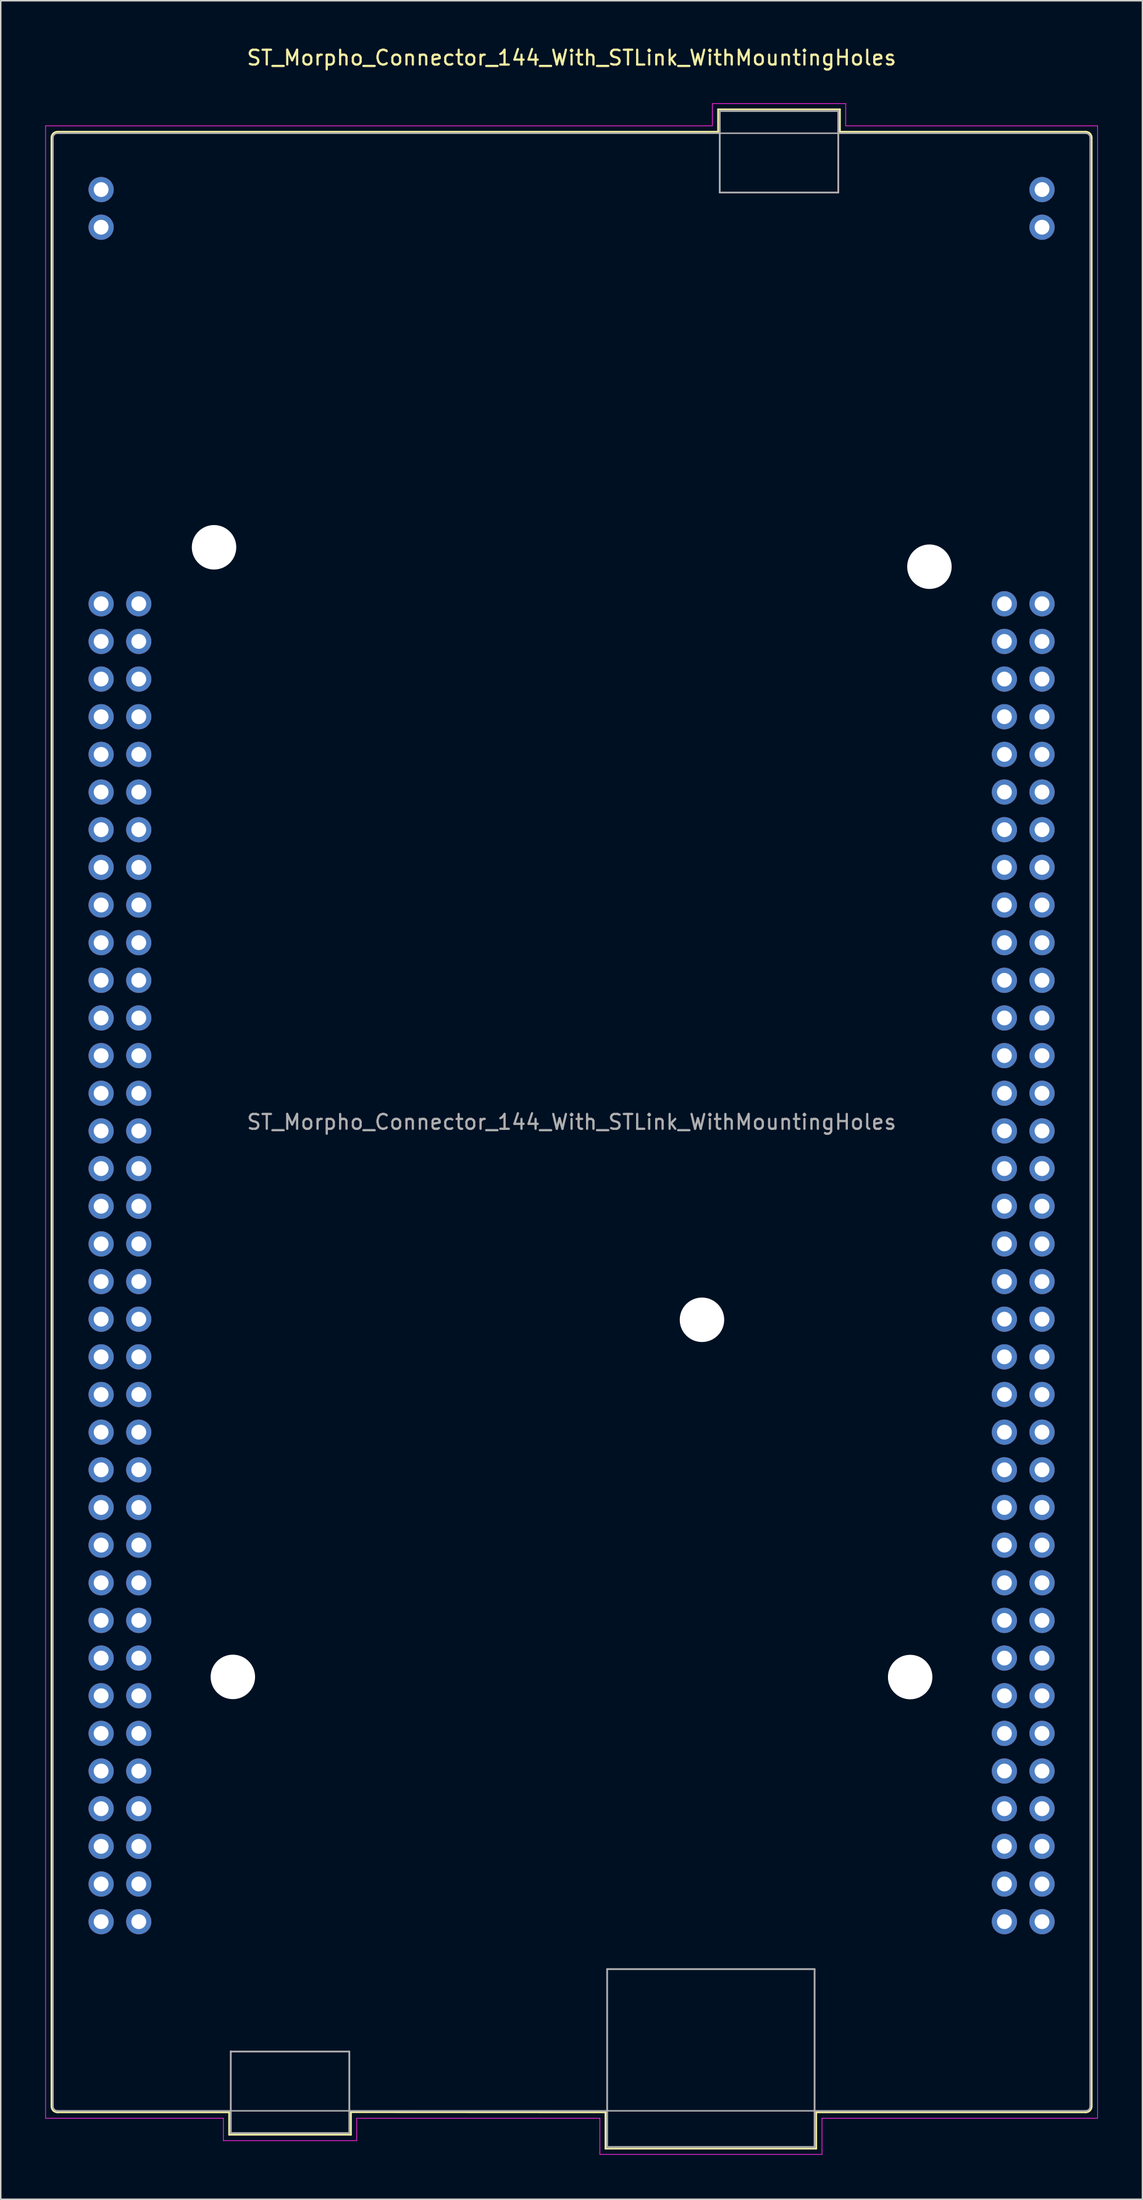
<source format=kicad_pcb>
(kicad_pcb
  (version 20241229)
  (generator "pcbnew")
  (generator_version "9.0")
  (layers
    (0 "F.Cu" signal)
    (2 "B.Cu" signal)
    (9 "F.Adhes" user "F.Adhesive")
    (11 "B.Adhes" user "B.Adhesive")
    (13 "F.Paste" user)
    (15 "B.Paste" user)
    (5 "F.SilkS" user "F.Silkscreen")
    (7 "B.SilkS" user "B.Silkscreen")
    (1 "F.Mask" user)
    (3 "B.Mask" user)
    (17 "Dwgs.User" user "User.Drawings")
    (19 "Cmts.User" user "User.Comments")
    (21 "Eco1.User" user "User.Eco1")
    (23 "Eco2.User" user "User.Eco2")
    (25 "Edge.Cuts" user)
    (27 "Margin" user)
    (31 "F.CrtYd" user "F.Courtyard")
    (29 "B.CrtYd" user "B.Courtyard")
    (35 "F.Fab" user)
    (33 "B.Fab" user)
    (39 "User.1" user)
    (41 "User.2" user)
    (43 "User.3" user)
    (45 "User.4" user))
  (footprint "ST_Morpho_Connector_144_With_STLink_WithMountingHoles"
    (layer "F.Cu")
    (at 3.775 37.678)
    (property "Reference" "ST_Morpho_Connector_144_With_STLink_WithMountingHoles" (at 31.75 -36.83 0) (layer "F.SilkS") (effects (font (size 1 1) (thickness 0.15))))
    (attr through_hole)
    (fp_line (start -3.35 -31.44) (end -3.35 101.36) (stroke (width 0.12) (type solid)) (layer "F.SilkS"))
    (fp_line (start 8.64 101.76) (end -2.95 101.76) (stroke (width 0.12) (type solid)) (layer "F.SilkS"))
    (fp_line (start 8.64 101.76) (end 8.64 103.27) (stroke (width 0.12) (type solid)) (layer "F.SilkS"))
    (fp_line (start 8.64 103.27) (end 16.86 103.27) (stroke (width 0.12) (type solid)) (layer "F.SilkS"))
    (fp_line (start 16.86 103.27) (end 16.86 101.75) (stroke (width 0.12) (type solid)) (layer "F.SilkS"))
    (fp_line (start 34.04 101.76) (end 16.86 101.75) (stroke (width 0.12) (type solid)) (layer "F.SilkS"))
    (fp_line (start 34.04 104.21) (end 34.04 101.76) (stroke (width 0.12) (type solid)) (layer "F.SilkS"))
    (fp_line (start 41.64 -33.35) (end 49.86 -33.35) (stroke (width 0.12) (type solid)) (layer "F.SilkS"))
    (fp_line (start 41.64 -31.84) (end -2.95 -31.84) (stroke (width 0.12) (type solid)) (layer "F.SilkS"))
    (fp_line (start 41.64 -31.84) (end 41.64 -33.35) (stroke (width 0.12) (type solid)) (layer "F.SilkS"))
    (fp_line (start 48.26 101.76) (end 48.26 104.21) (stroke (width 0.12) (type solid)) (layer "F.SilkS"))
    (fp_line (start 48.26 101.76) (end 66.45 101.76) (stroke (width 0.12) (type solid)) (layer "F.SilkS"))
    (fp_line (start 48.26 104.21) (end 34.04 104.21) (stroke (width 0.12) (type solid)) (layer "F.SilkS"))
    (fp_line (start 49.86 -33.35) (end 49.86 -31.84) (stroke (width 0.12) (type solid)) (layer "F.SilkS"))
    (fp_line (start 49.86 -31.84) (end 66.45 -31.84) (stroke (width 0.12) (type solid)) (layer "F.SilkS"))
    (fp_line (start 66.85 101.36) (end 66.85 -31.44) (stroke (width 0.12) (type solid)) (layer "F.SilkS"))
    (fp_arc (start -3.35 -31.44) (mid -3.232843 -31.722843) (end -2.95 -31.84) (stroke (width 0.12) (type solid)) (layer "F.SilkS"))
    (fp_arc (start -2.95 101.76) (mid -3.232843 101.642843) (end -3.35 101.36) (stroke (width 0.12) (type solid)) (layer "F.SilkS"))
    (fp_arc (start 66.45 -31.84) (mid 66.732843 -31.722843) (end 66.85 -31.44) (stroke (width 0.12) (type solid)) (layer "F.SilkS"))
    (fp_arc (start 66.85 101.36) (mid 66.732843 101.642843) (end 66.45 101.76) (stroke (width 0.12) (type solid)) (layer "F.SilkS"))
    (fp_line (start -3.75 -32.24) (end -3.75 102.16) (stroke (width 0.05) (type solid)) (layer "F.CrtYd"))
    (fp_line (start -3.75 102.16) (end 8.25 102.16) (stroke (width 0.05) (type solid)) (layer "F.CrtYd"))
    (fp_line (start 8.25 102.16) (end 8.25 103.67) (stroke (width 0.05) (type solid)) (layer "F.CrtYd"))
    (fp_line (start 8.25 103.67) (end 17.25 103.67) (stroke (width 0.05) (type solid)) (layer "F.CrtYd"))
    (fp_line (start 17.25 102.16) (end 17.25 103.67) (stroke (width 0.05) (type solid)) (layer "F.CrtYd"))
    (fp_line (start 17.25 102.16) (end 33.66 102.16) (stroke (width 0.05) (type solid)) (layer "F.CrtYd"))
    (fp_line (start 33.66 104.6) (end 33.66 102.16) (stroke (width 0.05) (type solid)) (layer "F.CrtYd"))
    (fp_line (start 33.66 104.6) (end 48.65 104.6) (stroke (width 0.05) (type solid)) (layer "F.CrtYd"))
    (fp_line (start 41.25 -33.74) (end 50.25 -33.74) (stroke (width 0.05) (type solid)) (layer "F.CrtYd"))
    (fp_line (start 41.25 -32.24) (end -3.75 -32.24) (stroke (width 0.05) (type solid)) (layer "F.CrtYd"))
    (fp_line (start 41.25 -32.24) (end 41.25 -33.74) (stroke (width 0.05) (type solid)) (layer "F.CrtYd"))
    (fp_line (start 48.65 102.16) (end 48.65 104.6) (stroke (width 0.05) (type solid)) (layer "F.CrtYd"))
    (fp_line (start 50.25 -32.24) (end 50.25 -33.74) (stroke (width 0.05) (type solid)) (layer "F.CrtYd"))
    (fp_line (start 50.25 -32.24) (end 67.25 -32.24) (stroke (width 0.05) (type solid)) (layer "F.CrtYd"))
    (fp_line (start 67.25 102.16) (end 48.65 102.16) (stroke (width 0.05) (type solid)) (layer "F.CrtYd"))
    (fp_line (start 67.25 102.16) (end 67.25 -32.24) (stroke (width 0.05) (type solid)) (layer "F.CrtYd"))
    (fp_line (start -3.25 101.36) (end -3.25 -31.44) (stroke (width 0.1) (type solid)) (layer "F.Fab"))
    (fp_line (start 8.75 97.66) (end 16.75 97.66) (stroke (width 0.12) (type solid)) (layer "F.Fab"))
    (fp_line (start 8.75 103.16) (end 8.75 97.65) (stroke (width 0.12) (type solid)) (layer "F.Fab"))
    (fp_line (start 8.75 103.16) (end 16.75 103.16) (stroke (width 0.12) (type solid)) (layer "F.Fab"))
    (fp_line (start 16.75 97.66) (end 16.75 103.16) (stroke (width 0.12) (type solid)) (layer "F.Fab"))
    (fp_line (start 34.15 92.1) (end 48.15 92.1) (stroke (width 0.12) (type solid)) (layer "F.Fab"))
    (fp_line (start 34.15 104.1) (end 34.15 92.1) (stroke (width 0.12) (type solid)) (layer "F.Fab"))
    (fp_line (start 34.15 104.1) (end 48.15 104.1) (stroke (width 0.12) (type solid)) (layer "F.Fab"))
    (fp_line (start 41.75 -33.24) (end 49.75 -33.24) (stroke (width 0.12) (type solid)) (layer "F.Fab"))
    (fp_line (start 41.75 -27.74) (end 41.75 -33.24) (stroke (width 0.12) (type solid)) (layer "F.Fab"))
    (fp_line (start 41.75 -27.74) (end 49.75 -27.74) (stroke (width 0.12) (type solid)) (layer "F.Fab"))
    (fp_line (start 48.15 104.1) (end 48.15 92.1) (stroke (width 0.12) (type solid)) (layer "F.Fab"))
    (fp_line (start 49.75 -33.24) (end 49.75 -27.74) (stroke (width 0.12) (type solid)) (layer "F.Fab"))
    (fp_line (start 66.45 -31.74) (end -2.95 -31.74) (stroke (width 0.1) (type solid)) (layer "F.Fab"))
    (fp_line (start 66.45 101.66) (end -2.95 101.66) (stroke (width 0.1) (type solid)) (layer "F.Fab"))
    (fp_line (start 66.75 101.36) (end 66.75 -31.44) (stroke (width 0.1) (type solid)) (layer "F.Fab"))
    (fp_arc (start -3.25 -31.44) (mid -3.162132 -31.652132) (end -2.95 -31.74) (stroke (width 0.1) (type solid)) (layer "F.Fab"))
    (fp_arc (start -2.95 101.66) (mid -3.162132 101.572132) (end -3.25 101.36) (stroke (width 0.1) (type solid)) (layer "F.Fab"))
    (fp_arc (start 66.45 -31.74) (mid 66.662132 -31.652132) (end 66.75 -31.44) (stroke (width 0.1) (type solid)) (layer "F.Fab"))
    (fp_arc (start 66.75 101.36) (mid 66.662132 101.572132) (end 66.45 101.66) (stroke (width 0.1) (type solid)) (layer "F.Fab"))
    (fp_text user "${REFERENCE}" (at 31.75 34.96 0) (layer "F.Fab") (effects (font (size 1 1) (thickness 0.15))))
    (pad "" np_thru_hole circle (at 7.62 -3.81) (size 3 3) (drill 3) (layers "*.Cu" "*.Mask"))
    (pad "" np_thru_hole circle (at 8.89 72.39) (size 3 3) (drill 3) (layers "*.Cu" "*.Mask"))
    (pad "" np_thru_hole circle (at 40.55 48.3) (size 3 3) (drill 3) (layers "*.Cu" "*.Mask"))
    (pad "" np_thru_hole circle (at 54.6 72.4) (size 3 3) (drill 3) (layers "*.Cu" "*.Mask"))
    (pad "" np_thru_hole circle (at 55.9 -2.5) (size 3 3) (drill 3) (layers "*.Cu" "*.Mask"))
    (pad "1" thru_hole circle (at 0 0) (size 1.7 1.7) (drill 1) (layers "*.Cu" "*.Mask"))
    (pad "2" thru_hole circle (at 2.54 0) (size 1.7 1.7) (drill 1) (layers "*.Cu" "*.Mask"))
    (pad "3" thru_hole circle (at 0 2.54) (size 1.7 1.7) (drill 1) (layers "*.Cu" "*.Mask"))
    (pad "4" thru_hole circle (at 2.54 2.54) (size 1.7 1.7) (drill 1) (layers "*.Cu" "*.Mask"))
    (pad "5" thru_hole circle (at 0 5.08) (size 1.7 1.7) (drill 1) (layers "*.Cu" "*.Mask"))
    (pad "6" thru_hole circle (at 2.54 5.08) (size 1.7 1.7) (drill 1) (layers "*.Cu" "*.Mask"))
    (pad "7" thru_hole circle (at 0 7.62) (size 1.7 1.7) (drill 1) (layers "*.Cu" "*.Mask"))
    (pad "8" thru_hole circle (at 2.54 7.62) (size 1.7 1.7) (drill 1) (layers "*.Cu" "*.Mask"))
    (pad "9" thru_hole circle (at 0 10.16) (size 1.7 1.7) (drill 1) (layers "*.Cu" "*.Mask"))
    (pad "10" thru_hole circle (at 2.54 10.16) (size 1.7 1.7) (drill 1) (layers "*.Cu" "*.Mask"))
    (pad "11" thru_hole circle (at 0 12.7) (size 1.7 1.7) (drill 1) (layers "*.Cu" "*.Mask"))
    (pad "12" thru_hole circle (at 2.54 12.7) (size 1.7 1.7) (drill 1) (layers "*.Cu" "*.Mask"))
    (pad "13" thru_hole circle (at 0 15.24) (size 1.7 1.7) (drill 1) (layers "*.Cu" "*.Mask"))
    (pad "14" thru_hole circle (at 2.54 15.24) (size 1.7 1.7) (drill 1) (layers "*.Cu" "*.Mask"))
    (pad "15" thru_hole circle (at 0 17.78) (size 1.7 1.7) (drill 1) (layers "*.Cu" "*.Mask"))
    (pad "16" thru_hole circle (at 2.54 17.78) (size 1.7 1.7) (drill 1) (layers "*.Cu" "*.Mask"))
    (pad "17" thru_hole circle (at 0 20.32) (size 1.7 1.7) (drill 1) (layers "*.Cu" "*.Mask"))
    (pad "18" thru_hole circle (at 2.54 20.32) (size 1.7 1.7) (drill 1) (layers "*.Cu" "*.Mask"))
    (pad "19" thru_hole circle (at 0 22.86) (size 1.7 1.7) (drill 1) (layers "*.Cu" "*.Mask"))
    (pad "20" thru_hole circle (at 2.54 22.86) (size 1.7 1.7) (drill 1) (layers "*.Cu" "*.Mask"))
    (pad "21" thru_hole circle (at 0 25.4) (size 1.7 1.7) (drill 1) (layers "*.Cu" "*.Mask"))
    (pad "22" thru_hole circle (at 2.54 25.4) (size 1.7 1.7) (drill 1) (layers "*.Cu" "*.Mask"))
    (pad "23" thru_hole circle (at 0 27.94) (size 1.7 1.7) (drill 1) (layers "*.Cu" "*.Mask"))
    (pad "24" thru_hole circle (at 2.54 27.94) (size 1.7 1.7) (drill 1) (layers "*.Cu" "*.Mask"))
    (pad "25" thru_hole circle (at 0 30.48) (size 1.7 1.7) (drill 1) (layers "*.Cu" "*.Mask"))
    (pad "26" thru_hole circle (at 2.54 30.48) (size 1.7 1.7) (drill 1) (layers "*.Cu" "*.Mask"))
    (pad "27" thru_hole circle (at 0 33.02) (size 1.7 1.7) (drill 1) (layers "*.Cu" "*.Mask"))
    (pad "28" thru_hole circle (at 2.54 33.02) (size 1.7 1.7) (drill 1) (layers "*.Cu" "*.Mask"))
    (pad "29" thru_hole circle (at 0 35.56) (size 1.7 1.7) (drill 1) (layers "*.Cu" "*.Mask"))
    (pad "30" thru_hole circle (at 2.54 35.56) (size 1.7 1.7) (drill 1) (layers "*.Cu" "*.Mask"))
    (pad "31" thru_hole circle (at 0 38.1) (size 1.7 1.7) (drill 1) (layers "*.Cu" "*.Mask"))
    (pad "32" thru_hole circle (at 2.54 38.1) (size 1.7 1.7) (drill 1) (layers "*.Cu" "*.Mask"))
    (pad "33" thru_hole circle (at 0 40.64) (size 1.7 1.7) (drill 1) (layers "*.Cu" "*.Mask"))
    (pad "34" thru_hole circle (at 2.54 40.64) (size 1.7 1.7) (drill 1) (layers "*.Cu" "*.Mask"))
    (pad "35" thru_hole circle (at 0 43.18) (size 1.7 1.7) (drill 1) (layers "*.Cu" "*.Mask"))
    (pad "36" thru_hole circle (at 2.54 43.18) (size 1.7 1.7) (drill 1) (layers "*.Cu" "*.Mask"))
    (pad "37" thru_hole circle (at 0 45.72) (size 1.7 1.7) (drill 1) (layers "*.Cu" "*.Mask"))
    (pad "38" thru_hole circle (at 2.54 45.72) (size 1.7 1.7) (drill 1) (layers "*.Cu" "*.Mask"))
    (pad "39" thru_hole circle (at 0 48.26) (size 1.7 1.7) (drill 1) (layers "*.Cu" "*.Mask"))
    (pad "40" thru_hole circle (at 2.54 48.26) (size 1.7 1.7) (drill 1) (layers "*.Cu" "*.Mask"))
    (pad "41" thru_hole circle (at 0 50.8) (size 1.7 1.7) (drill 1) (layers "*.Cu" "*.Mask"))
    (pad "42" thru_hole circle (at 2.54 50.8) (size 1.7 1.7) (drill 1) (layers "*.Cu" "*.Mask"))
    (pad "43" thru_hole circle (at 0 53.34) (size 1.7 1.7) (drill 1) (layers "*.Cu" "*.Mask"))
    (pad "44" thru_hole circle (at 2.54 53.34) (size 1.7 1.7) (drill 1) (layers "*.Cu" "*.Mask"))
    (pad "45" thru_hole circle (at 0 55.88) (size 1.7 1.7) (drill 1) (layers "*.Cu" "*.Mask"))
    (pad "46" thru_hole circle (at 2.54 55.88) (size 1.7 1.7) (drill 1) (layers "*.Cu" "*.Mask"))
    (pad "47" thru_hole circle (at 0 58.42) (size 1.7 1.7) (drill 1) (layers "*.Cu" "*.Mask"))
    (pad "48" thru_hole circle (at 2.54 58.42) (size 1.7 1.7) (drill 1) (layers "*.Cu" "*.Mask"))
    (pad "49" thru_hole circle (at 0 60.96) (size 1.7 1.7) (drill 1) (layers "*.Cu" "*.Mask"))
    (pad "50" thru_hole circle (at 2.54 60.96) (size 1.7 1.7) (drill 1) (layers "*.Cu" "*.Mask"))
    (pad "51" thru_hole circle (at 0 63.5) (size 1.7 1.7) (drill 1) (layers "*.Cu" "*.Mask"))
    (pad "52" thru_hole circle (at 2.54 63.5) (size 1.7 1.7) (drill 1) (layers "*.Cu" "*.Mask"))
    (pad "53" thru_hole circle (at 0 66.04) (size 1.7 1.7) (drill 1) (layers "*.Cu" "*.Mask"))
    (pad "54" thru_hole circle (at 2.54 66.04) (size 1.7 1.7) (drill 1) (layers "*.Cu" "*.Mask"))
    (pad "55" thru_hole circle (at 0 68.58) (size 1.7 1.7) (drill 1) (layers "*.Cu" "*.Mask"))
    (pad "56" thru_hole circle (at 2.54 68.58) (size 1.7 1.7) (drill 1) (layers "*.Cu" "*.Mask"))
    (pad "57" thru_hole circle (at 0 71.12) (size 1.7 1.7) (drill 1) (layers "*.Cu" "*.Mask"))
    (pad "58" thru_hole circle (at 2.54 71.12) (size 1.7 1.7) (drill 1) (layers "*.Cu" "*.Mask"))
    (pad "59" thru_hole circle (at 0 73.66) (size 1.7 1.7) (drill 1) (layers "*.Cu" "*.Mask"))
    (pad "60" thru_hole circle (at 2.54 73.66) (size 1.7 1.7) (drill 1) (layers "*.Cu" "*.Mask"))
    (pad "61" thru_hole circle (at 0 76.2) (size 1.7 1.7) (drill 1) (layers "*.Cu" "*.Mask"))
    (pad "62" thru_hole circle (at 2.54 76.2) (size 1.7 1.7) (drill 1) (layers "*.Cu" "*.Mask"))
    (pad "63" thru_hole circle (at 0 78.74) (size 1.7 1.7) (drill 1) (layers "*.Cu" "*.Mask"))
    (pad "64" thru_hole circle (at 2.54 78.74) (size 1.7 1.7) (drill 1) (layers "*.Cu" "*.Mask"))
    (pad "65" thru_hole circle (at 0 81.28) (size 1.7 1.7) (drill 1) (layers "*.Cu" "*.Mask"))
    (pad "66" thru_hole circle (at 2.54 81.28) (size 1.7 1.7) (drill 1) (layers "*.Cu" "*.Mask"))
    (pad "67" thru_hole circle (at 0 83.82) (size 1.7 1.7) (drill 1) (layers "*.Cu" "*.Mask"))
    (pad "68" thru_hole circle (at 2.54 83.82) (size 1.7 1.7) (drill 1) (layers "*.Cu" "*.Mask"))
    (pad "69" thru_hole circle (at 0 86.36) (size 1.7 1.7) (drill 1) (layers "*.Cu" "*.Mask"))
    (pad "70" thru_hole circle (at 2.54 86.36) (size 1.7 1.7) (drill 1) (layers "*.Cu" "*.Mask"))
    (pad "71" thru_hole circle (at 0 88.9) (size 1.7 1.7) (drill 1) (layers "*.Cu" "*.Mask"))
    (pad "72" thru_hole circle (at 2.54 88.9) (size 1.7 1.7) (drill 1) (layers "*.Cu" "*.Mask"))
    (pad "73" thru_hole circle (at 60.96 0) (size 1.7 1.7) (drill 1) (layers "*.Cu" "*.Mask"))
    (pad "74" thru_hole circle (at 63.5 0) (size 1.7 1.7) (drill 1) (layers "*.Cu" "*.Mask"))
    (pad "75" thru_hole circle (at 60.96 2.54) (size 1.7 1.7) (drill 1) (layers "*.Cu" "*.Mask"))
    (pad "76" thru_hole circle (at 63.5 2.54) (size 1.7 1.7) (drill 1) (layers "*.Cu" "*.Mask"))
    (pad "77" thru_hole circle (at 60.96 5.08) (size 1.7 1.7) (drill 1) (layers "*.Cu" "*.Mask"))
    (pad "78" thru_hole circle (at 63.5 5.08) (size 1.7 1.7) (drill 1) (layers "*.Cu" "*.Mask"))
    (pad "79" thru_hole circle (at 60.96 7.62) (size 1.7 1.7) (drill 1) (layers "*.Cu" "*.Mask"))
    (pad "80" thru_hole circle (at 63.5 7.62) (size 1.7 1.7) (drill 1) (layers "*.Cu" "*.Mask"))
    (pad "81" thru_hole circle (at 60.96 10.16) (size 1.7 1.7) (drill 1) (layers "*.Cu" "*.Mask"))
    (pad "82" thru_hole circle (at 63.5 10.16) (size 1.7 1.7) (drill 1) (layers "*.Cu" "*.Mask"))
    (pad "83" thru_hole circle (at 60.96 12.7) (size 1.7 1.7) (drill 1) (layers "*.Cu" "*.Mask"))
    (pad "84" thru_hole circle (at 63.5 12.7) (size 1.7 1.7) (drill 1) (layers "*.Cu" "*.Mask"))
    (pad "85" thru_hole circle (at 60.96 15.24) (size 1.7 1.7) (drill 1) (layers "*.Cu" "*.Mask"))
    (pad "86" thru_hole circle (at 63.5 15.24) (size 1.7 1.7) (drill 1) (layers "*.Cu" "*.Mask"))
    (pad "87" thru_hole circle (at 60.96 17.78) (size 1.7 1.7) (drill 1) (layers "*.Cu" "*.Mask"))
    (pad "88" thru_hole circle (at 63.5 17.78) (size 1.7 1.7) (drill 1) (layers "*.Cu" "*.Mask"))
    (pad "89" thru_hole circle (at 60.96 20.32) (size 1.7 1.7) (drill 1) (layers "*.Cu" "*.Mask"))
    (pad "90" thru_hole circle (at 63.5 20.32) (size 1.7 1.7) (drill 1) (layers "*.Cu" "*.Mask"))
    (pad "91" thru_hole circle (at 60.96 22.86) (size 1.7 1.7) (drill 1) (layers "*.Cu" "*.Mask"))
    (pad "92" thru_hole circle (at 63.5 22.86) (size 1.7 1.7) (drill 1) (layers "*.Cu" "*.Mask"))
    (pad "93" thru_hole circle (at 60.96 25.4) (size 1.7 1.7) (drill 1) (layers "*.Cu" "*.Mask"))
    (pad "94" thru_hole circle (at 63.5 25.4) (size 1.7 1.7) (drill 1) (layers "*.Cu" "*.Mask"))
    (pad "95" thru_hole circle (at 60.96 27.94) (size 1.7 1.7) (drill 1) (layers "*.Cu" "*.Mask"))
    (pad "96" thru_hole circle (at 63.5 27.94) (size 1.7 1.7) (drill 1) (layers "*.Cu" "*.Mask"))
    (pad "97" thru_hole circle (at 60.96 30.48) (size 1.7 1.7) (drill 1) (layers "*.Cu" "*.Mask"))
    (pad "98" thru_hole circle (at 63.5 30.48) (size 1.7 1.7) (drill 1) (layers "*.Cu" "*.Mask"))
    (pad "99" thru_hole circle (at 60.96 33.02) (size 1.7 1.7) (drill 1) (layers "*.Cu" "*.Mask"))
    (pad "100" thru_hole circle (at 63.5 33.02) (size 1.7 1.7) (drill 1) (layers "*.Cu" "*.Mask"))
    (pad "101" thru_hole circle (at 60.96 35.56) (size 1.7 1.7) (drill 1) (layers "*.Cu" "*.Mask"))
    (pad "102" thru_hole circle (at 63.5 35.56) (size 1.7 1.7) (drill 1) (layers "*.Cu" "*.Mask"))
    (pad "103" thru_hole circle (at 60.96 38.1) (size 1.7 1.7) (drill 1) (layers "*.Cu" "*.Mask"))
    (pad "104" thru_hole circle (at 63.5 38.1) (size 1.7 1.7) (drill 1) (layers "*.Cu" "*.Mask"))
    (pad "105" thru_hole circle (at 60.96 40.64) (size 1.7 1.7) (drill 1) (layers "*.Cu" "*.Mask"))
    (pad "106" thru_hole circle (at 63.5 40.64) (size 1.7 1.7) (drill 1) (layers "*.Cu" "*.Mask"))
    (pad "107" thru_hole circle (at 60.96 43.18) (size 1.7 1.7) (drill 1) (layers "*.Cu" "*.Mask"))
    (pad "108" thru_hole circle (at 63.5 43.18) (size 1.7 1.7) (drill 1) (layers "*.Cu" "*.Mask"))
    (pad "109" thru_hole circle (at 60.96 45.72) (size 1.7 1.7) (drill 1) (layers "*.Cu" "*.Mask"))
    (pad "110" thru_hole circle (at 63.5 45.72) (size 1.7 1.7) (drill 1) (layers "*.Cu" "*.Mask"))
    (pad "111" thru_hole circle (at 60.96 48.26) (size 1.7 1.7) (drill 1) (layers "*.Cu" "*.Mask"))
    (pad "112" thru_hole circle (at 63.5 48.26) (size 1.7 1.7) (drill 1) (layers "*.Cu" "*.Mask"))
    (pad "113" thru_hole circle (at 60.96 50.8) (size 1.7 1.7) (drill 1) (layers "*.Cu" "*.Mask"))
    (pad "114" thru_hole circle (at 63.5 50.8) (size 1.7 1.7) (drill 1) (layers "*.Cu" "*.Mask"))
    (pad "115" thru_hole circle (at 60.96 53.34) (size 1.7 1.7) (drill 1) (layers "*.Cu" "*.Mask"))
    (pad "116" thru_hole circle (at 63.5 53.34) (size 1.7 1.7) (drill 1) (layers "*.Cu" "*.Mask"))
    (pad "117" thru_hole circle (at 60.96 55.88) (size 1.7 1.7) (drill 1) (layers "*.Cu" "*.Mask"))
    (pad "118" thru_hole circle (at 63.5 55.88) (size 1.7 1.7) (drill 1) (layers "*.Cu" "*.Mask"))
    (pad "119" thru_hole circle (at 60.96 58.42) (size 1.7 1.7) (drill 1) (layers "*.Cu" "*.Mask"))
    (pad "120" thru_hole circle (at 63.5 58.42) (size 1.7 1.7) (drill 1) (layers "*.Cu" "*.Mask"))
    (pad "121" thru_hole circle (at 60.96 60.96) (size 1.7 1.7) (drill 1) (layers "*.Cu" "*.Mask"))
    (pad "122" thru_hole circle (at 63.5 60.96) (size 1.7 1.7) (drill 1) (layers "*.Cu" "*.Mask"))
    (pad "123" thru_hole circle (at 60.96 63.5) (size 1.7 1.7) (drill 1) (layers "*.Cu" "*.Mask"))
    (pad "124" thru_hole circle (at 63.5 63.5) (size 1.7 1.7) (drill 1) (layers "*.Cu" "*.Mask"))
    (pad "125" thru_hole circle (at 60.96 66.04) (size 1.7 1.7) (drill 1) (layers "*.Cu" "*.Mask"))
    (pad "126" thru_hole circle (at 63.5 66.04) (size 1.7 1.7) (drill 1) (layers "*.Cu" "*.Mask"))
    (pad "127" thru_hole circle (at 60.96 68.58) (size 1.7 1.7) (drill 1) (layers "*.Cu" "*.Mask"))
    (pad "128" thru_hole circle (at 63.5 68.58) (size 1.7 1.7) (drill 1) (layers "*.Cu" "*.Mask"))
    (pad "129" thru_hole circle (at 60.96 71.12) (size 1.7 1.7) (drill 1) (layers "*.Cu" "*.Mask"))
    (pad "130" thru_hole circle (at 63.5 71.12) (size 1.7 1.7) (drill 1) (layers "*.Cu" "*.Mask"))
    (pad "131" thru_hole circle (at 60.96 73.66) (size 1.7 1.7) (drill 1) (layers "*.Cu" "*.Mask"))
    (pad "132" thru_hole circle (at 63.5 73.66) (size 1.7 1.7) (drill 1) (layers "*.Cu" "*.Mask"))
    (pad "133" thru_hole circle (at 60.96 76.2) (size 1.7 1.7) (drill 1) (layers "*.Cu" "*.Mask"))
    (pad "134" thru_hole circle (at 63.5 76.2) (size 1.7 1.7) (drill 1) (layers "*.Cu" "*.Mask"))
    (pad "135" thru_hole circle (at 60.96 78.74) (size 1.7 1.7) (drill 1) (layers "*.Cu" "*.Mask"))
    (pad "136" thru_hole circle (at 63.5 78.74) (size 1.7 1.7) (drill 1) (layers "*.Cu" "*.Mask"))
    (pad "137" thru_hole circle (at 60.96 81.28) (size 1.7 1.7) (drill 1) (layers "*.Cu" "*.Mask"))
    (pad "138" thru_hole circle (at 63.5 81.28) (size 1.7 1.7) (drill 1) (layers "*.Cu" "*.Mask"))
    (pad "139" thru_hole circle (at 60.96 83.82) (size 1.7 1.7) (drill 1) (layers "*.Cu" "*.Mask"))
    (pad "140" thru_hole circle (at 63.5 83.82) (size 1.7 1.7) (drill 1) (layers "*.Cu" "*.Mask"))
    (pad "141" thru_hole circle (at 60.96 86.36) (size 1.7 1.7) (drill 1) (layers "*.Cu" "*.Mask"))
    (pad "142" thru_hole circle (at 63.5 86.36) (size 1.7 1.7) (drill 1) (layers "*.Cu" "*.Mask"))
    (pad "143" thru_hole circle (at 60.96 88.9) (size 1.7 1.7) (drill 1) (layers "*.Cu" "*.Mask"))
    (pad "144" thru_hole circle (at 63.5 88.9) (size 1.7 1.7) (drill 1) (layers "*.Cu" "*.Mask"))
    (pad "145" thru_hole circle (at 0 -27.94) (size 1.7 1.7) (drill 1) (layers "*.Cu" "*.Mask"))
    (pad "146" thru_hole circle (at 0 -25.4) (size 1.7 1.7) (drill 1) (layers "*.Cu" "*.Mask"))
    (pad "147" thru_hole circle (at 63.5 -27.94) (size 1.7 1.7) (drill 1) (layers "*.Cu" "*.Mask"))
    (pad "148" thru_hole circle (at 63.5 -25.4) (size 1.7 1.7) (drill 1) (layers "*.Cu" "*.Mask")))
  (gr_rect
    (start -3 -3)
    (end 74.05 145.303)
    (stroke (width 0.1) (type default))
    (fill no)
    (layer "Edge.Cuts")))
</source>
